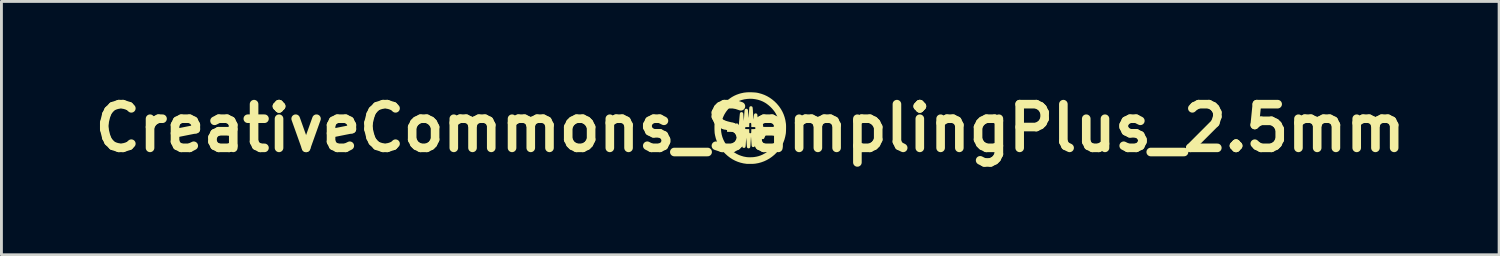
<source format=kicad_pcb>
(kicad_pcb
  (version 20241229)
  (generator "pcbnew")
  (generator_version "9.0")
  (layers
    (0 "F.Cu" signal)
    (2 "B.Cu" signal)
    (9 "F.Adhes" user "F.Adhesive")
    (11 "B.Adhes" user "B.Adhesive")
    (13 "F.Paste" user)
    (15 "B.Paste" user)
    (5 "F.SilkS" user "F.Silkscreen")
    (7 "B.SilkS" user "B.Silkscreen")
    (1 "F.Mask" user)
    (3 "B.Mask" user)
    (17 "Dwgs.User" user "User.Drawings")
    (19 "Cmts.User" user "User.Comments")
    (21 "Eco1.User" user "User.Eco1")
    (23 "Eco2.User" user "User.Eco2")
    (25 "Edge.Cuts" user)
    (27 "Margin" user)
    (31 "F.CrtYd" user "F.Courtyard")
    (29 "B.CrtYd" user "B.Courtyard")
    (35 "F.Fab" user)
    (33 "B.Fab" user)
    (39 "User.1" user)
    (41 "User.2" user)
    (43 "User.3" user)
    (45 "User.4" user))
  (footprint "CreativeCommons_SamplingPlus_2.5mm"
    (layer "F.Cu")
    (at 23.121 1.418)
    (property "Reference" "CreativeCommons_SamplingPlus_2.5mm" (at 0 0 0) (layer "F.SilkS") (effects (font (size 1.524 1.524) (thickness 0.3))))
    (attr board_only exclude_from_pos_files exclude_from_bom)
    (fp_poly (pts (xy 0.036 -1.249) (xy 0.09 -1.247) (xy 0.138 -1.244) (xy 0.18 -1.241) (xy 0.22 -1.236) (xy 0.259 -1.229) (xy 0.298 -1.22) (xy 0.398 -1.192) (xy 0.496 -1.156) (xy 0.589 -1.112) (xy 0.679 -1.059) (xy 0.764 -0.999) (xy 0.845 -0.932) (xy 0.921 -0.857) (xy 0.991 -0.775) (xy 1.014 -0.745) (xy 1.072 -0.66) (xy 1.122 -0.571) (xy 1.164 -0.478) (xy 1.198 -0.381) (xy 1.224 -0.28) (xy 1.241 -0.176) (xy 1.246 -0.136) (xy 1.248 -0.107) (xy 1.249 -0.072) (xy 1.249 -0.032) (xy 1.249 0.01) (xy 1.248 0.053) (xy 1.247 0.094) (xy 1.245 0.133) (xy 1.243 0.167) (xy 1.24 0.194) (xy 1.239 0.2) (xy 1.218 0.305) (xy 1.191 0.405) (xy 1.156 0.499) (xy 1.113 0.589) (xy 1.063 0.674) (xy 1.005 0.756) (xy 0.939 0.833) (xy 0.921 0.853) (xy 0.841 0.931) (xy 0.757 1) (xy 0.67 1.061) (xy 0.579 1.113) (xy 0.485 1.157) (xy 0.387 1.193) (xy 0.286 1.221) (xy 0.181 1.24) (xy 0.152 1.243) (xy 0.131 1.245) (xy 0.103 1.247) (xy 0.07 1.248) (xy 0.034 1.249) (xy -0.002 1.249) (xy -0.038 1.249) (xy -0.072 1.249) (xy -0.1 1.249) (xy -0.122 1.247) (xy -0.127 1.247) (xy -0.233 1.232) (xy -0.336 1.208) (xy -0.435 1.176) (xy -0.53 1.136) (xy -0.622 1.087) (xy -0.71 1.03) (xy -0.794 0.965) (xy -0.874 0.892) (xy -0.95 0.81) (xy -0.953 0.807) (xy -1.019 0.725) (xy -1.076 0.64) (xy -1.125 0.552) (xy -1.166 0.461) (xy -1.2 0.365) (xy -1.225 0.265) (xy -1.239 0.193) (xy -1.242 0.169) (xy -1.244 0.138) (xy -1.246 0.102) (xy -1.248 0.062) (xy -1.249 0.02) (xy -1.249 -0.021) (xy -1.249 -0.042) (xy -1.021 -0.042) (xy -1.021 0.048) (xy -1.013 0.138) (xy -0.997 0.226) (xy -0.973 0.313) (xy -0.941 0.397) (xy -0.901 0.478) (xy -0.877 0.518) (xy -0.828 0.59) (xy -0.772 0.659) (xy -0.709 0.725) (xy -0.642 0.786) (xy -0.573 0.84) (xy -0.55 0.855) (xy -0.477 0.899) (xy -0.399 0.937) (xy -0.316 0.968) (xy -0.232 0.993) (xy -0.147 1.009) (xy -0.118 1.013) (xy -0.089 1.016) (xy -0.054 1.017) (xy -0.014 1.018) (xy 0.026 1.017) (xy 0.065 1.016) (xy 0.101 1.014) (xy 0.13 1.011) (xy 0.13 1.011) (xy 0.211 0.998) (xy 0.286 0.98) (xy 0.357 0.956) (xy 0.428 0.926) (xy 0.443 0.918) (xy 0.522 0.875) (xy 0.597 0.825) (xy 0.668 0.769) (xy 0.734 0.708) (xy 0.794 0.642) (xy 0.848 0.573) (xy 0.895 0.501) (xy 0.934 0.427) (xy 0.95 0.389) (xy 0.977 0.313) (xy 0.997 0.234) (xy 1.013 0.149) (xy 1.014 0.139) (xy 1.017 0.116) (xy 1.018 0.087) (xy 1.019 0.052) (xy 1.02 0.015) (xy 1.02 -0.023) (xy 1.019 -0.06) (xy 1.018 -0.093) (xy 1.016 -0.122) (xy 1.014 -0.136) (xy 0.998 -0.229) (xy 0.973 -0.319) (xy 0.941 -0.405) (xy 0.901 -0.487) (xy 0.861 -0.555) (xy 0.813 -0.619) (xy 0.759 -0.683) (xy 0.7 -0.743) (xy 0.636 -0.799) (xy 0.571 -0.849) (xy 0.518 -0.884) (xy 0.438 -0.927) (xy 0.354 -0.962) (xy 0.266 -0.989) (xy 0.176 -1.008) (xy 0.083 -1.02) (xy -0.011 -1.023) (xy -0.105 -1.017) (xy -0.2 -1.004) (xy -0.209 -1.002) (xy -0.298 -0.98) (xy -0.384 -0.949) (xy -0.467 -0.91) (xy -0.546 -0.862) (xy -0.622 -0.807) (xy -0.694 -0.745) (xy -0.761 -0.674) (xy -0.824 -0.597) (xy -0.857 -0.55) (xy -0.904 -0.473) (xy -0.943 -0.391) (xy -0.974 -0.307) (xy -0.998 -0.22) (xy -1.013 -0.131) (xy -1.021 -0.042) (xy -1.249 -0.042) (xy -1.249 -0.06) (xy -1.248 -0.096) (xy -1.247 -0.125) (xy -1.246 -0.135) (xy -1.231 -0.239) (xy -1.208 -0.34) (xy -1.177 -0.437) (xy -1.137 -0.53) (xy -1.09 -0.62) (xy -1.033 -0.707) (xy -0.969 -0.792) (xy -0.895 -0.873) (xy -0.878 -0.891) (xy -0.802 -0.962) (xy -0.724 -1.025) (xy -0.645 -1.079) (xy -0.563 -1.125) (xy -0.477 -1.164) (xy -0.387 -1.196) (xy -0.323 -1.214) (xy -0.272 -1.225) (xy -0.225 -1.235) (xy -0.177 -1.241) (xy -0.129 -1.246) (xy -0.077 -1.249) (xy -0.019 -1.249)) (stroke (width 0) (type solid)) (fill yes) (layer "F.SilkS"))
    (fp_poly (pts (xy 0.041 -0.761) (xy 0.054 -0.756) (xy 0.061 -0.752) (xy 0.067 -0.748) (xy 0.071 -0.743) (xy 0.075 -0.736) (xy 0.079 -0.727) (xy 0.082 -0.714) (xy 0.084 -0.697) (xy 0.087 -0.675) (xy 0.089 -0.647) (xy 0.092 -0.613) (xy 0.094 -0.571) (xy 0.097 -0.521) (xy 0.098 -0.506) (xy 0.101 -0.463) (xy 0.104 -0.424) (xy 0.106 -0.388) (xy 0.108 -0.357) (xy 0.11 -0.332) (xy 0.112 -0.313) (xy 0.113 -0.302) (xy 0.113 -0.298) (xy 0.115 -0.303) (xy 0.116 -0.316) (xy 0.118 -0.335) (xy 0.121 -0.359) (xy 0.123 -0.386) (xy 0.123 -0.388) (xy 0.126 -0.422) (xy 0.129 -0.448) (xy 0.132 -0.468) (xy 0.136 -0.482) (xy 0.141 -0.492) (xy 0.148 -0.499) (xy 0.156 -0.505) (xy 0.16 -0.507) (xy 0.18 -0.513) (xy 0.201 -0.512) (xy 0.221 -0.505) (xy 0.237 -0.492) (xy 0.242 -0.483) (xy 0.245 -0.474) (xy 0.248 -0.456) (xy 0.251 -0.429) (xy 0.254 -0.393) (xy 0.258 -0.348) (xy 0.259 -0.341) (xy 0.262 -0.292) (xy 0.265 -0.253) (xy 0.268 -0.222) (xy 0.27 -0.199) (xy 0.272 -0.183) (xy 0.273 -0.176) (xy 0.275 -0.176) (xy 0.276 -0.183) (xy 0.278 -0.196) (xy 0.28 -0.216) (xy 0.282 -0.243) (xy 0.284 -0.27) (xy 0.288 -0.308) (xy 0.291 -0.338) (xy 0.293 -0.362) (xy 0.297 -0.379) (xy 0.3 -0.392) (xy 0.305 -0.402) (xy 0.31 -0.409) (xy 0.318 -0.414) (xy 0.327 -0.419) (xy 0.328 -0.42) (xy 0.348 -0.426) (xy 0.369 -0.424) (xy 0.388 -0.416) (xy 0.403 -0.402) (xy 0.406 -0.396) (xy 0.408 -0.389) (xy 0.411 -0.373) (xy 0.415 -0.35) (xy 0.419 -0.319) (xy 0.424 -0.282) (xy 0.43 -0.239) (xy 0.436 -0.191) (xy 0.438 -0.168) (xy 0.443 -0.124) (xy 0.448 -0.082) (xy 0.453 -0.044) (xy 0.457 -0.01) (xy 0.461 0.019) (xy 0.464 0.042) (xy 0.466 0.058) (xy 0.467 0.066) (xy 0.469 0.083) (xy 0.479 0.061) (xy 0.484 0.048) (xy 0.49 0.037) (xy 0.495 0.029) (xy 0.502 0.022) (xy 0.512 0.017) (xy 0.525 0.014) (xy 0.542 0.011) (xy 0.565 0.01) (xy 0.593 0.009) (xy 0.629 0.009) (xy 0.672 0.009) (xy 0.836 0.009) (xy 0.836 0.132) (xy 0.582 0.134) (xy 0.535 0.247) (xy 0.522 0.277) (xy 0.51 0.305) (xy 0.499 0.329) (xy 0.49 0.349) (xy 0.483 0.362) (xy 0.48 0.368) (xy 0.463 0.38) (xy 0.444 0.385) (xy 0.422 0.383) (xy 0.402 0.375) (xy 0.396 0.37) (xy 0.387 0.361) (xy 0.381 0.349) (xy 0.376 0.332) (xy 0.372 0.31) (xy 0.37 0.29) (xy 0.369 0.273) (xy 0.367 0.261) (xy 0.366 0.256) (xy 0.365 0.256) (xy 0.365 0.261) (xy 0.363 0.274) (xy 0.361 0.294) (xy 0.359 0.32) (xy 0.356 0.352) (xy 0.353 0.387) (xy 0.349 0.427) (xy 0.348 0.45) (xy 0.344 0.491) (xy 0.341 0.53) (xy 0.338 0.565) (xy 0.335 0.596) (xy 0.333 0.621) (xy 0.331 0.639) (xy 0.329 0.65) (xy 0.329 0.653) (xy 0.323 0.665) (xy 0.311 0.677) (xy 0.297 0.686) (xy 0.284 0.691) (xy 0.283 0.691) (xy 0.261 0.691) (xy 0.246 0.688) (xy 0.238 0.684) (xy 0.231 0.679) (xy 0.226 0.675) (xy 0.222 0.668) (xy 0.218 0.66) (xy 0.215 0.649) (xy 0.212 0.633) (xy 0.21 0.612) (xy 0.207 0.585) (xy 0.204 0.551) (xy 0.201 0.509) (xy 0.2 0.498) (xy 0.188 0.343) (xy 0.178 0.48) (xy 0.175 0.517) (xy 0.172 0.551) (xy 0.169 0.581) (xy 0.166 0.604) (xy 0.163 0.621) (xy 0.161 0.63) (xy 0.161 0.631) (xy 0.15 0.647) (xy 0.134 0.657) (xy 0.115 0.662) (xy 0.095 0.662) (xy 0.076 0.656) (xy 0.061 0.644) (xy 0.053 0.631) (xy 0.051 0.622) (xy 0.048 0.604) (xy 0.046 0.579) (xy 0.043 0.547) (xy 0.04 0.508) (xy 0.037 0.463) (xy 0.037 0.457) (xy 0.034 0.42) (xy 0.032 0.386) (xy 0.03 0.356) (xy 0.028 0.331) (xy 0.027 0.312) (xy 0.026 0.3) (xy 0.026 0.297) (xy 0.025 0.301) (xy 0.024 0.313) (xy 0.023 0.333) (xy 0.021 0.358) (xy 0.019 0.389) (xy 0.017 0.424) (xy 0.015 0.463) (xy 0.014 0.476) (xy 0.011 0.525) (xy 0.009 0.564) (xy 0.007 0.597) (xy 0.004 0.623) (xy 0.002 0.644) (xy -0.001 0.659) (xy -0.004 0.671) (xy -0.007 0.68) (xy -0.012 0.686) (xy -0.017 0.692) (xy -0.023 0.696) (xy -0.023 0.697) (xy -0.042 0.706) (xy -0.064 0.707) (xy -0.084 0.702) (xy -0.086 0.701) (xy -0.094 0.697) (xy -0.1 0.692) (xy -0.105 0.686) (xy -0.109 0.677) (xy -0.113 0.666) (xy -0.116 0.65) (xy -0.118 0.63) (xy -0.121 0.604) (xy -0.123 0.571) (xy -0.126 0.531) (xy -0.128 0.499) (xy -0.13 0.462) (xy -0.133 0.428) (xy -0.135 0.397) (xy -0.137 0.372) (xy -0.138 0.354) (xy -0.139 0.342) (xy -0.14 0.338) (xy -0.14 0.343) (xy -0.141 0.356) (xy -0.143 0.375) (xy -0.145 0.401) (xy -0.147 0.432) (xy -0.15 0.466) (xy -0.152 0.497) (xy -0.155 0.541) (xy -0.157 0.577) (xy -0.16 0.605) (xy -0.162 0.628) (xy -0.165 0.645) (xy -0.167 0.657) (xy -0.171 0.666) (xy -0.175 0.673) (xy -0.18 0.678) (xy -0.186 0.683) (xy -0.188 0.684) (xy -0.203 0.69) (xy -0.222 0.691) (xy -0.241 0.689) (xy -0.254 0.684) (xy -0.26 0.68) (xy -0.266 0.675) (xy -0.27 0.67) (xy -0.274 0.662) (xy -0.277 0.652) (xy -0.28 0.637) (xy -0.283 0.618) (xy -0.285 0.593) (xy -0.288 0.562) (xy -0.291 0.524) (xy -0.294 0.479) (xy -0.297 0.44) (xy -0.299 0.404) (xy -0.302 0.372) (xy -0.304 0.345) (xy -0.306 0.324) (xy -0.308 0.31) (xy -0.309 0.304) (xy -0.309 0.303) (xy -0.31 0.306) (xy -0.312 0.317) (xy -0.314 0.335) (xy -0.316 0.357) (xy -0.319 0.383) (xy -0.319 0.385) (xy -0.322 0.416) (xy -0.325 0.442) (xy -0.328 0.464) (xy -0.331 0.478) (xy -0.332 0.484) (xy -0.345 0.501) (xy -0.362 0.512) (xy -0.382 0.516) (xy -0.402 0.515) (xy -0.421 0.506) (xy -0.435 0.491) (xy -0.437 0.488) (xy -0.44 0.48) (xy -0.444 0.464) (xy -0.449 0.441) (xy -0.454 0.409) (xy -0.46 0.368) (xy -0.468 0.319) (xy -0.47 0.302) (xy -0.476 0.263) (xy -0.481 0.227) (xy -0.486 0.194) (xy -0.491 0.166) (xy -0.494 0.143) (xy -0.496 0.128) (xy -0.498 0.12) (xy -0.498 0.119) (xy -0.5 0.109) (xy -0.514 0.119) (xy -0.518 0.122) (xy -0.523 0.124) (xy -0.529 0.126) (xy -0.537 0.128) (xy -0.548 0.129) (xy -0.565 0.129) (xy -0.586 0.13) (xy -0.615 0.13) (xy -0.65 0.131) (xy -0.669 0.131) (xy -0.809 0.132) (xy -0.809 0.009) (xy -0.589 0.009) (xy -0.581 -0.007) (xy -0.181 -0.007) (xy -0.18 0.01) (xy -0.173 0.023) (xy -0.169 0.028) (xy -0.164 0.031) (xy -0.157 0.033) (xy -0.146 0.034) (xy -0.129 0.035) (xy -0.105 0.035) (xy -0.101 0.036) (xy -0.037 0.037) (xy -0.036 0.101) (xy -0.035 0.126) (xy -0.034 0.144) (xy -0.033 0.156) (xy -0.031 0.164) (xy -0.028 0.169) (xy -0.024 0.173) (xy -0.023 0.173) (xy -0.011 0.18) (xy 0 0.182) (xy 0.013 0.179) (xy 0.023 0.173) (xy 0.028 0.169) (xy 0.031 0.164) (xy 0.033 0.157) (xy 0.034 0.146) (xy 0.035 0.129) (xy 0.035 0.105) (xy 0.036 0.101) (xy 0.037 0.037) (xy 0.101 0.036) (xy 0.126 0.035) (xy 0.144 0.034) (xy 0.156 0.033) (xy 0.164 0.031) (xy 0.169 0.028) (xy 0.173 0.024) (xy 0.173 0.023) (xy 0.181 0.007) (xy 0.18 -0.01) (xy 0.173 -0.023) (xy 0.169 -0.028) (xy 0.164 -0.031) (xy 0.157 -0.033) (xy 0.146 -0.034) (xy 0.129 -0.035) (xy 0.105 -0.035) (xy 0.101 -0.036) (xy 0.037 -0.037) (xy 0.036 -0.101) (xy 0.035 -0.126) (xy 0.034 -0.144) (xy 0.033 -0.156) (xy 0.031 -0.164) (xy 0.028 -0.169) (xy 0.024 -0.173) (xy 0.023 -0.173) (xy 0.011 -0.18) (xy 0 -0.182) (xy -0.013 -0.179) (xy -0.023 -0.173) (xy -0.028 -0.169) (xy -0.031 -0.164) (xy -0.033 -0.157) (xy -0.034 -0.146) (xy -0.035 -0.129) (xy -0.035 -0.105) (xy -0.036 -0.101) (xy -0.037 -0.037) (xy -0.101 -0.036) (xy -0.126 -0.035) (xy -0.144 -0.034) (xy -0.156 -0.033) (xy -0.164 -0.031) (xy -0.169 -0.028) (xy -0.173 -0.024) (xy -0.173 -0.023) (xy -0.181 -0.007) (xy -0.581 -0.007) (xy -0.555 -0.064) (xy -0.543 -0.089) (xy -0.531 -0.111) (xy -0.521 -0.13) (xy -0.513 -0.143) (xy -0.508 -0.148) (xy -0.492 -0.158) (xy -0.472 -0.163) (xy -0.452 -0.161) (xy -0.443 -0.158) (xy -0.427 -0.147) (xy -0.416 -0.133) (xy -0.409 -0.114) (xy -0.406 -0.101) (xy -0.404 -0.088) (xy -0.402 -0.081) (xy -0.4 -0.082) (xy -0.4 -0.082) (xy -0.4 -0.089) (xy -0.399 -0.104) (xy -0.397 -0.126) (xy -0.395 -0.155) (xy -0.392 -0.188) (xy -0.389 -0.226) (xy -0.385 -0.267) (xy -0.382 -0.304) (xy -0.377 -0.359) (xy -0.373 -0.405) (xy -0.369 -0.443) (xy -0.366 -0.474) (xy -0.363 -0.497) (xy -0.36 -0.513) (xy -0.358 -0.524) (xy -0.357 -0.527) (xy -0.344 -0.544) (xy -0.326 -0.554) (xy -0.306 -0.558) (xy -0.286 -0.554) (xy -0.267 -0.545) (xy -0.253 -0.531) (xy -0.251 -0.527) (xy -0.248 -0.52) (xy -0.246 -0.511) (xy -0.244 -0.498) (xy -0.242 -0.479) (xy -0.24 -0.455) (xy -0.238 -0.424) (xy -0.235 -0.385) (xy -0.235 -0.383) (xy -0.225 -0.248) (xy -0.212 -0.438) (xy -0.209 -0.492) (xy -0.205 -0.538) (xy -0.202 -0.575) (xy -0.199 -0.604) (xy -0.197 -0.625) (xy -0.195 -0.639) (xy -0.193 -0.644) (xy -0.183 -0.658) (xy -0.167 -0.669) (xy -0.148 -0.675) (xy -0.129 -0.675) (xy -0.11 -0.668) (xy -0.094 -0.654) (xy -0.083 -0.636) (xy -0.082 -0.633) (xy -0.081 -0.624) (xy -0.079 -0.607) (xy -0.077 -0.584) (xy -0.075 -0.556) (xy -0.073 -0.524) (xy -0.07 -0.49) (xy -0.07 -0.482) (xy -0.067 -0.445) (xy -0.065 -0.414) (xy -0.063 -0.39) (xy -0.061 -0.372) (xy -0.06 -0.363) (xy -0.058 -0.361) (xy -0.058 -0.362) (xy -0.057 -0.369) (xy -0.056 -0.385) (xy -0.054 -0.407) (xy -0.052 -0.435) (xy -0.05 -0.468) (xy -0.048 -0.504) (xy -0.045 -0.543) (xy -0.045 -0.545) (xy -0.042 -0.597) (xy -0.039 -0.641) (xy -0.036 -0.677) (xy -0.034 -0.703) (xy -0.031 -0.721) (xy -0.029 -0.731) (xy -0.018 -0.747) (xy -0.001 -0.758) (xy 0.019 -0.763)) (stroke (width 0) (type solid)) (fill yes) (layer "F.SilkS")))
  (gr_rect
    (start -3 -3)
    (end 49.243 5.836)
    (stroke (width 0.1) (type default))
    (fill no)
    (layer "Edge.Cuts")))
</source>
